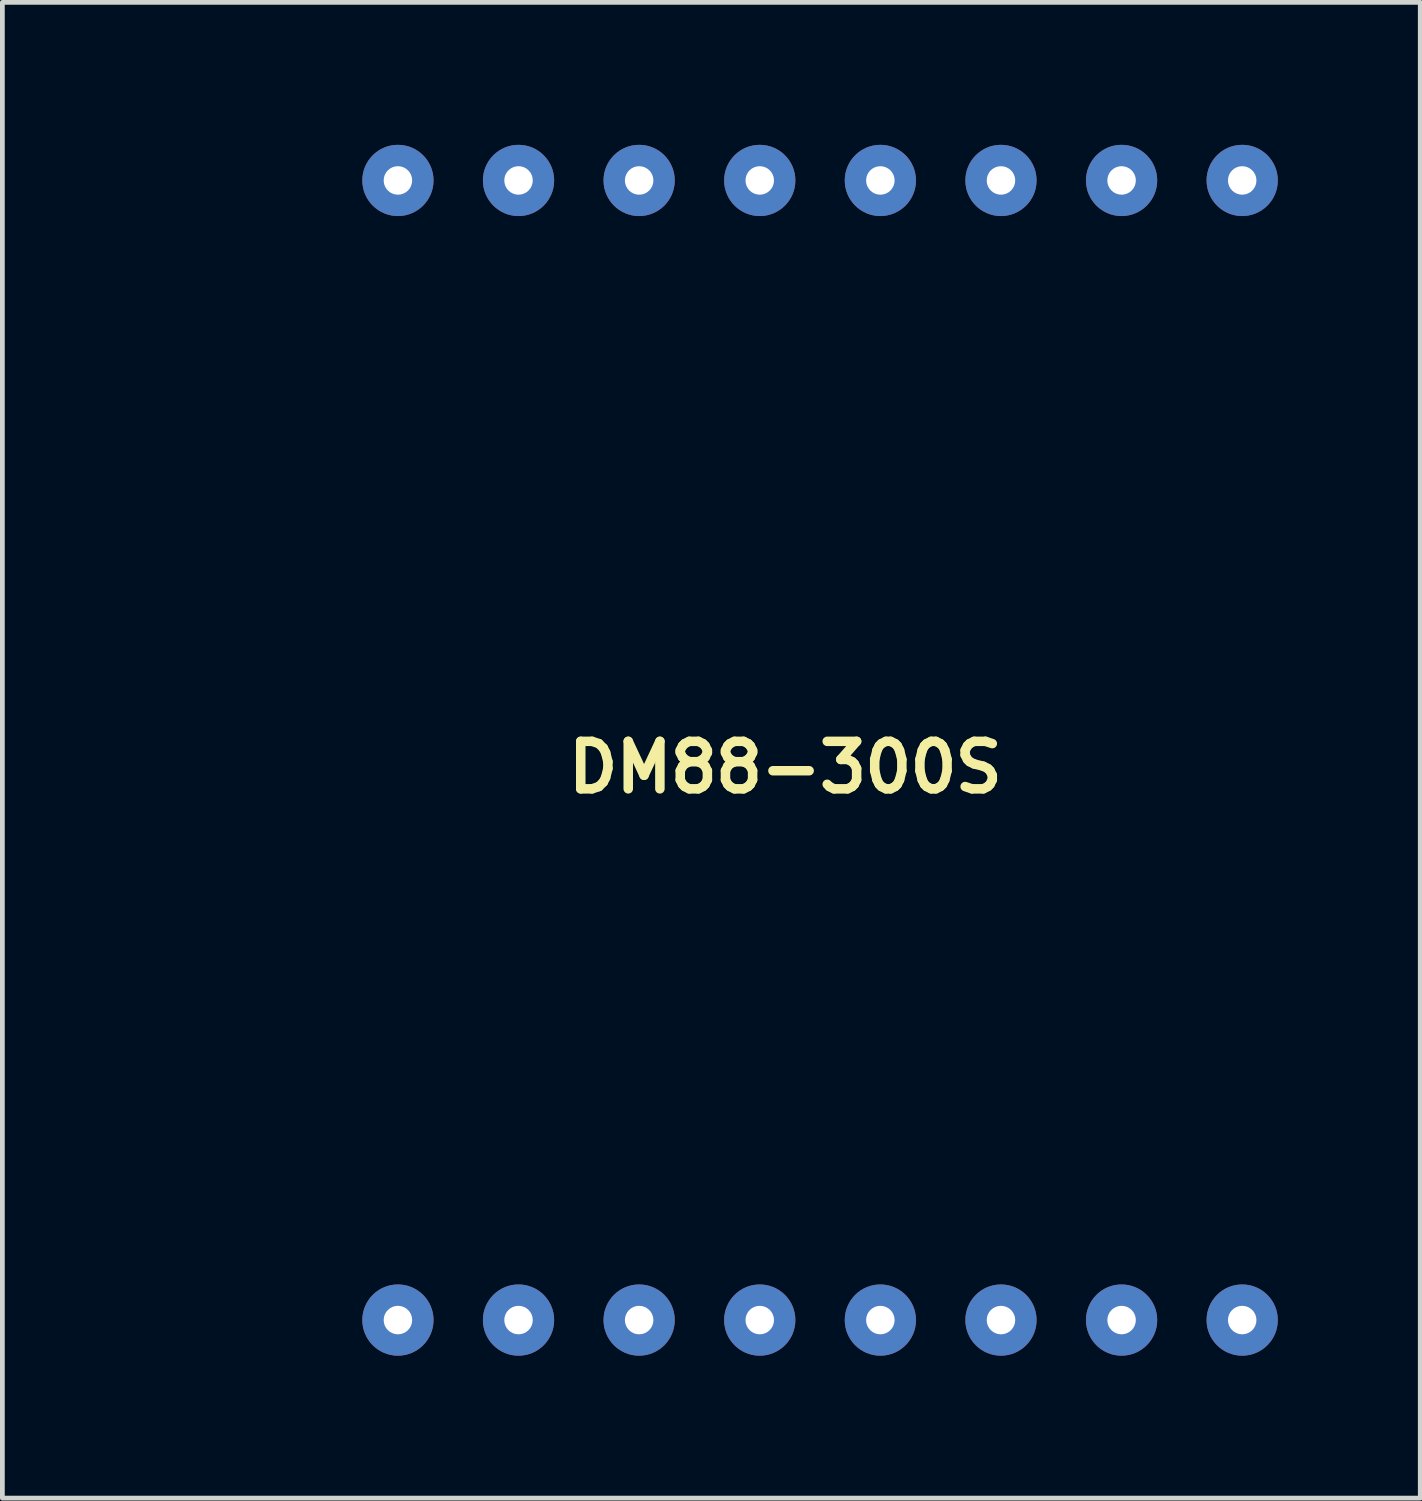
<source format=kicad_pcb>
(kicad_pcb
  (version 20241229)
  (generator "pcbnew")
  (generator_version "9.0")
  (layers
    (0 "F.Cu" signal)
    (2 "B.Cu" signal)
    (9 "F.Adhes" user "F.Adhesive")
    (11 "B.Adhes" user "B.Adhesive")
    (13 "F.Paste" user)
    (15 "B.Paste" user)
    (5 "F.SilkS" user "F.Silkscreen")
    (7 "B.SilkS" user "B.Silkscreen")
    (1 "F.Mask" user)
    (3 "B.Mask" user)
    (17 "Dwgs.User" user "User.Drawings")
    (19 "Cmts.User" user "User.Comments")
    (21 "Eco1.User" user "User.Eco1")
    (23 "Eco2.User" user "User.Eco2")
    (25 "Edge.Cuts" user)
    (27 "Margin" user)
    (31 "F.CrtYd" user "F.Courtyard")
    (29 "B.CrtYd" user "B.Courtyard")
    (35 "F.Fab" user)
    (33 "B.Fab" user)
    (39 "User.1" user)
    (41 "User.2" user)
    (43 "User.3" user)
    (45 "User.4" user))
  (footprint "DM88-300S"
    (layer "F.Cu")
    (at 0.25 24.75)
    (property "Reference" "DM88-300S" (at 13.24 -11.64 0) (layer "F.SilkS") (effects (font (size 1 1) (thickness 0.2))))
    (attr through_hole)
    (pad "1" thru_hole circle (at 5.08 0) (size 1.5 1.5) (drill 0.6) (layers "*.Cu" "*.Mask"))
    (pad "2" thru_hole circle (at 7.62 0) (size 1.5 1.5) (drill 0.6) (layers "*.Cu" "*.Mask"))
    (pad "3" thru_hole circle (at 10.16 0) (size 1.5 1.5) (drill 0.6) (layers "*.Cu" "*.Mask"))
    (pad "4" thru_hole circle (at 12.7 0) (size 1.5 1.5) (drill 0.6) (layers "*.Cu" "*.Mask"))
    (pad "5" thru_hole circle (at 15.24 0) (size 1.5 1.5) (drill 0.6) (layers "*.Cu" "*.Mask"))
    (pad "6" thru_hole circle (at 17.78 0) (size 1.5 1.5) (drill 0.6) (layers "*.Cu" "*.Mask"))
    (pad "7" thru_hole circle (at 20.32 0) (size 1.5 1.5) (drill 0.6) (layers "*.Cu" "*.Mask"))
    (pad "8" thru_hole circle (at 22.86 0) (size 1.5 1.5) (drill 0.6) (layers "*.Cu" "*.Mask"))
    (pad "9" thru_hole circle (at 22.86 -24) (size 1.5 1.5) (drill 0.6) (layers "*.Cu" "*.Mask"))
    (pad "10" thru_hole circle (at 20.32 -24) (size 1.5 1.5) (drill 0.6) (layers "*.Cu" "*.Mask"))
    (pad "11" thru_hole circle (at 17.78 -24) (size 1.5 1.5) (drill 0.6) (layers "*.Cu" "*.Mask"))
    (pad "12" thru_hole circle (at 15.24 -24) (size 1.5 1.5) (drill 0.6) (layers "*.Cu" "*.Mask"))
    (pad "13" thru_hole circle (at 12.7 -24) (size 1.5 1.5) (drill 0.6) (layers "*.Cu" "*.Mask"))
    (pad "14" thru_hole circle (at 10.16 -24) (size 1.5 1.5) (drill 0.6) (layers "*.Cu" "*.Mask"))
    (pad "15" thru_hole circle (at 7.62 -24) (size 1.5 1.5) (drill 0.6) (layers "*.Cu" "*.Mask"))
    (pad "16" thru_hole circle (at 5.08 -24) (size 1.5 1.5) (drill 0.6) (layers "*.Cu" "*.Mask")))
  (gr_rect
    (start -3 -3)
    (end 26.86 28.5)
    (stroke (width 0.1) (type default))
    (fill no)
    (layer "Edge.Cuts")))
</source>
